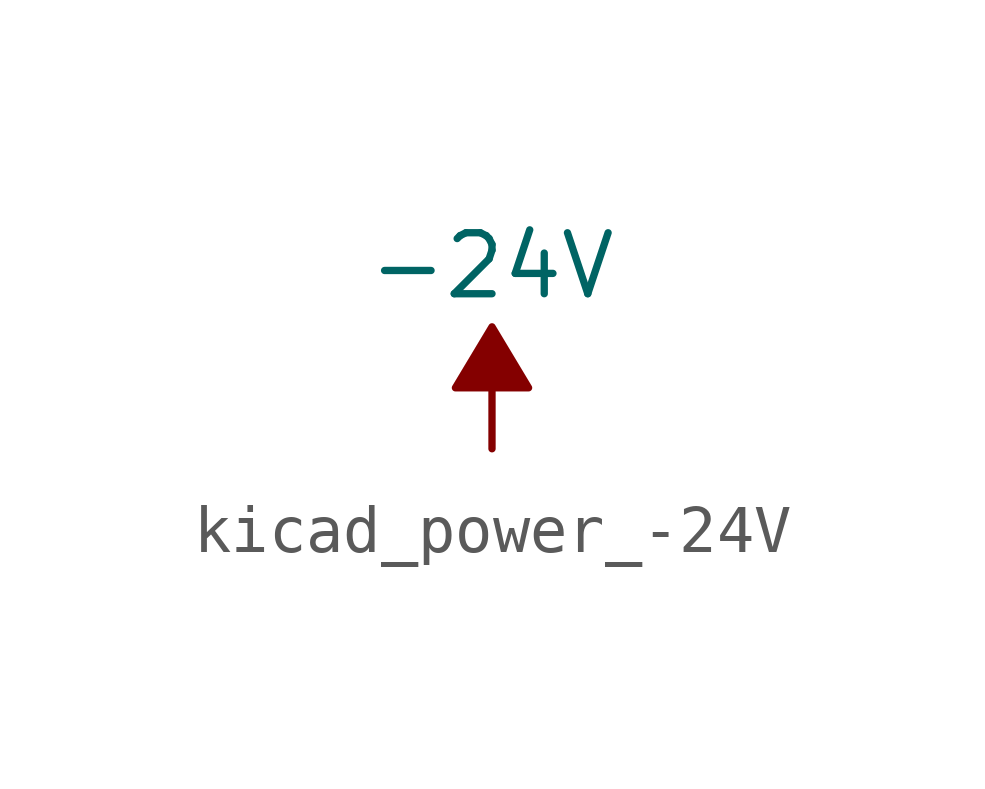
<source format=kicad_sym>
(kicad_symbol_lib
  (version 20220914)
  (generator kicad_symbol_editor)
  (symbol "kicad_power_-24V"
    (power)
    (pin_names
      (offset 0))
    (property "Reference" "#PWR"
      (at 0 2.54 0)
      (effects (font (size 1.27 1.27)) hide))
    (property "Value" "-24V"
      (at 0 3.81 0)
      (effects (font (size 1.27 1.27))))
    (symbol "kicad_power_-24V_0_0"
      (pin power_in line (at 0 0 90) (length 0) hide (name "-24V" (effects (font (size 1.27 1.27)))) (number "1" (effects (font (size 1.27 1.27))))))
    (symbol "kicad_power_-24V_0_1"
      (polyline (pts (xy 0 0) (xy 0 1.27) (xy 0.762 1.27) (xy 0 2.54) (xy -0.762 1.27) (xy 0 1.27)) (stroke (width 0) (type default)) (fill (type outline))))))
</source>
